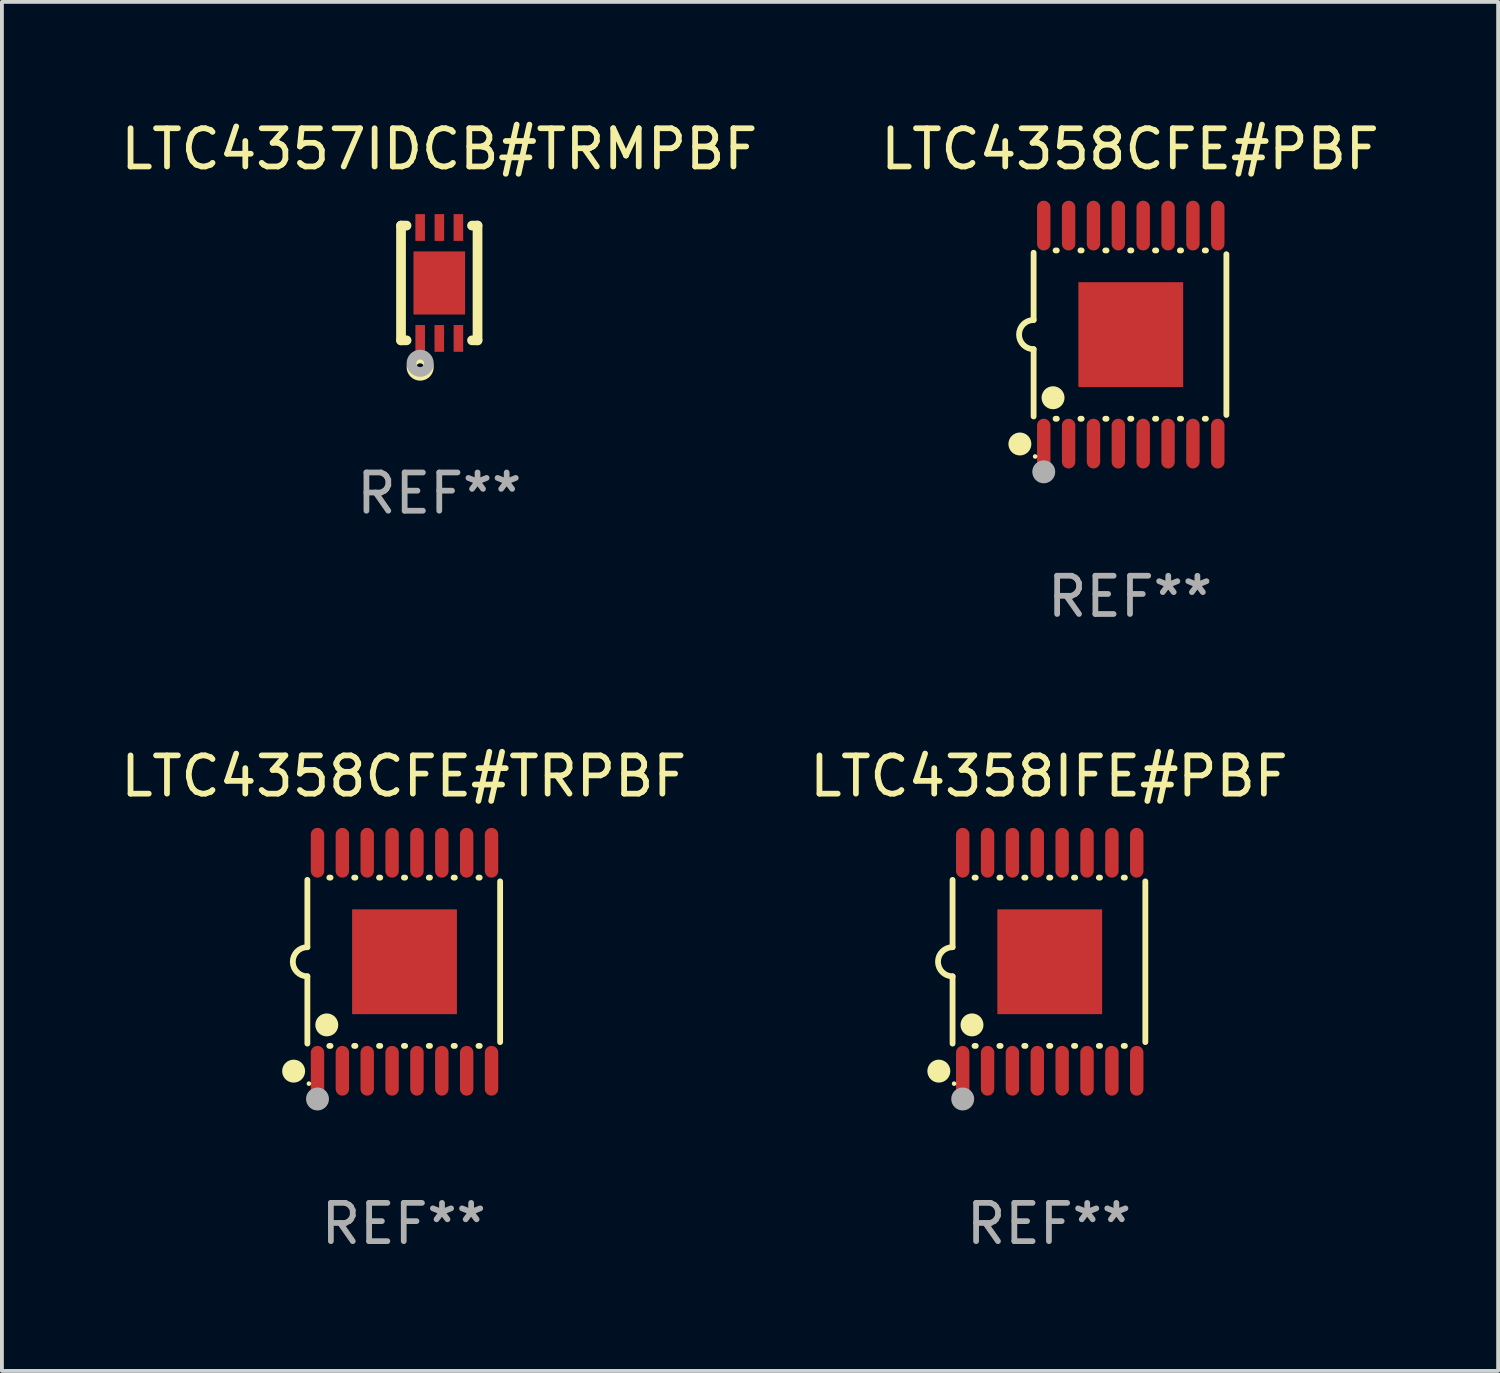
<source format=kicad_pcb>
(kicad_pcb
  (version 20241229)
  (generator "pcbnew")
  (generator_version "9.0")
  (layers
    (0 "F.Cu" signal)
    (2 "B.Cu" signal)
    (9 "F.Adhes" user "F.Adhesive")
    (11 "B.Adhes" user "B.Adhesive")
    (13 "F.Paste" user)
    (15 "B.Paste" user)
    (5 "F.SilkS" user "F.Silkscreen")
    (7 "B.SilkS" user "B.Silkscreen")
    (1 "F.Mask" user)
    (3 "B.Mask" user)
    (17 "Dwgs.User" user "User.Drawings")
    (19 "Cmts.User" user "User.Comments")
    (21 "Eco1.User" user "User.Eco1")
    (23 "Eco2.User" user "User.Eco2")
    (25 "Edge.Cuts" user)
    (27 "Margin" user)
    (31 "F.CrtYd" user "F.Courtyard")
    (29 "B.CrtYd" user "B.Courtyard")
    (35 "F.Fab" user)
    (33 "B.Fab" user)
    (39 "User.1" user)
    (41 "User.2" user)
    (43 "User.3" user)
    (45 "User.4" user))
  (footprint "LTC4358CFE#TRPBF"
    (layer "F.Cu")
    (at 7.506 22.095)
    (property "Reference" "LTC4358CFE#TRPBF" (at 0 -4.85 0) (layer "F.SilkS") (effects (font (size 1 1) (thickness 0.15))))
    (attr through_hole)
    (fp_line (start -2.52 -2.14) (end -2.52 -0.381) (stroke (width 0.152) (type solid)) (layer "F.SilkS"))
    (fp_line (start -2.52 2.14) (end -2.52 0.381) (stroke (width 0.152) (type solid)) (layer "F.SilkS"))
    (fp_line (start -1.946 -2.2) (end -1.914 -2.2) (stroke (width 0.152) (type solid)) (layer "F.SilkS"))
    (fp_line (start -1.946 2.2) (end -1.914 2.2) (stroke (width 0.152) (type solid)) (layer "F.SilkS"))
    (fp_line (start -1.296 -2.2) (end -1.264 -2.2) (stroke (width 0.152) (type solid)) (layer "F.SilkS"))
    (fp_line (start -1.296 2.2) (end -1.264 2.2) (stroke (width 0.152) (type solid)) (layer "F.SilkS"))
    (fp_line (start -0.646 -2.2) (end -0.614 -2.2) (stroke (width 0.152) (type solid)) (layer "F.SilkS"))
    (fp_line (start -0.646 2.2) (end -0.614 2.2) (stroke (width 0.152) (type solid)) (layer "F.SilkS"))
    (fp_line (start 0.004 -2.2) (end 0.036 -2.2) (stroke (width 0.152) (type solid)) (layer "F.SilkS"))
    (fp_line (start 0.004 2.2) (end 0.036 2.2) (stroke (width 0.152) (type solid)) (layer "F.SilkS"))
    (fp_line (start 0.654 -2.2) (end 0.686 -2.2) (stroke (width 0.152) (type solid)) (layer "F.SilkS"))
    (fp_line (start 0.654 2.2) (end 0.686 2.2) (stroke (width 0.152) (type solid)) (layer "F.SilkS"))
    (fp_line (start 1.304 -2.2) (end 1.336 -2.2) (stroke (width 0.152) (type solid)) (layer "F.SilkS"))
    (fp_line (start 1.304 2.2) (end 1.336 2.2) (stroke (width 0.152) (type solid)) (layer "F.SilkS"))
    (fp_line (start 1.954 -2.2) (end 1.986 -2.2) (stroke (width 0.152) (type solid)) (layer "F.SilkS"))
    (fp_line (start 1.954 2.2) (end 1.986 2.2) (stroke (width 0.152) (type solid)) (layer "F.SilkS"))
    (fp_line (start 2.52 -2.101) (end 2.52 2.101) (stroke (width 0.152) (type solid)) (layer "F.SilkS"))
    (fp_arc (start -2.520003 0.381001) (mid -2.901004 0) (end -2.520003 -0.381001) (stroke (width 0.151994) (type solid)) (layer "F.SilkS"))
    (fp_circle (center -2.879 2.86) (end -2.729 2.86) (stroke (width 0.3) (type solid)) (fill no) (layer "F.SilkS"))
    (fp_circle (center -2.48 3.187) (end -2.45 3.187) (stroke (width 0.06) (type solid)) (fill no) (layer "F.SilkS"))
    (fp_circle (center -2.012 1.651) (end -1.862 1.651) (stroke (width 0.3) (type solid)) (fill no) (layer "F.SilkS"))
    (fp_circle (center -2.255 3.588) (end -2.105 3.588) (stroke (width 0.3) (type solid)) (fill no) (layer "F.Fab"))
    (fp_text user "REF**" (at 0 6.85 0) (layer "F.Fab") (effects (font (size 1 1) (thickness 0.15))))
    (pad "1" smd oval (at -2.255 2.85) (size 0.35 1.3) (layers "F.Cu" "F.Mask" "F.Paste"))
    (pad "2" smd oval (at -1.605 2.85) (size 0.35 1.3) (layers "F.Cu" "F.Mask" "F.Paste"))
    (pad "3" smd oval (at -0.955 2.85) (size 0.35 1.3) (layers "F.Cu" "F.Mask" "F.Paste"))
    (pad "4" smd oval (at -0.305 2.85) (size 0.35 1.3) (layers "F.Cu" "F.Mask" "F.Paste"))
    (pad "5" smd oval (at 0.345 2.85) (size 0.35 1.3) (layers "F.Cu" "F.Mask" "F.Paste"))
    (pad "6" smd oval (at 0.995 2.85) (size 0.35 1.3) (layers "F.Cu" "F.Mask" "F.Paste"))
    (pad "7" smd oval (at 1.645 2.85) (size 0.35 1.3) (layers "F.Cu" "F.Mask" "F.Paste"))
    (pad "8" smd oval (at 2.295 2.85) (size 0.35 1.3) (layers "F.Cu" "F.Mask" "F.Paste"))
    (pad "9" smd oval (at 2.295 -2.85) (size 0.35 1.3) (layers "F.Cu" "F.Mask" "F.Paste"))
    (pad "10" smd oval (at 1.645 -2.85) (size 0.35 1.3) (layers "F.Cu" "F.Mask" "F.Paste"))
    (pad "11" smd oval (at 0.995 -2.85) (size 0.35 1.3) (layers "F.Cu" "F.Mask" "F.Paste"))
    (pad "12" smd oval (at 0.345 -2.85) (size 0.35 1.3) (layers "F.Cu" "F.Mask" "F.Paste"))
    (pad "13" smd oval (at -0.305 -2.85) (size 0.35 1.3) (layers "F.Cu" "F.Mask" "F.Paste"))
    (pad "14" smd oval (at -0.955 -2.85) (size 0.35 1.3) (layers "F.Cu" "F.Mask" "F.Paste"))
    (pad "15" smd oval (at -1.605 -2.85) (size 0.35 1.3) (layers "F.Cu" "F.Mask" "F.Paste"))
    (pad "16" smd oval (at -2.255 -2.85) (size 0.35 1.3) (layers "F.Cu" "F.Mask" "F.Paste"))
    (pad "17" smd rect (at 0.02 0) (size 2.74 2.74) (layers "F.Cu" "F.Mask" "F.Paste")))
  (footprint "LTC4358CFE#PBF"
    (layer "F.Cu")
    (at 26.494 5.698)
    (property "Reference" "LTC4358CFE#PBF" (at 0 -4.85 0) (layer "F.SilkS") (effects (font (size 1 1) (thickness 0.15))))
    (attr through_hole)
    (fp_line (start -2.52 -2.14) (end -2.52 -0.381) (stroke (width 0.152) (type solid)) (layer "F.SilkS"))
    (fp_line (start -2.52 2.14) (end -2.52 0.381) (stroke (width 0.152) (type solid)) (layer "F.SilkS"))
    (fp_line (start -1.946 -2.2) (end -1.914 -2.2) (stroke (width 0.152) (type solid)) (layer "F.SilkS"))
    (fp_line (start -1.946 2.2) (end -1.914 2.2) (stroke (width 0.152) (type solid)) (layer "F.SilkS"))
    (fp_line (start -1.296 -2.2) (end -1.264 -2.2) (stroke (width 0.152) (type solid)) (layer "F.SilkS"))
    (fp_line (start -1.296 2.2) (end -1.264 2.2) (stroke (width 0.152) (type solid)) (layer "F.SilkS"))
    (fp_line (start -0.646 -2.2) (end -0.614 -2.2) (stroke (width 0.152) (type solid)) (layer "F.SilkS"))
    (fp_line (start -0.646 2.2) (end -0.614 2.2) (stroke (width 0.152) (type solid)) (layer "F.SilkS"))
    (fp_line (start 0.004 -2.2) (end 0.036 -2.2) (stroke (width 0.152) (type solid)) (layer "F.SilkS"))
    (fp_line (start 0.004 2.2) (end 0.036 2.2) (stroke (width 0.152) (type solid)) (layer "F.SilkS"))
    (fp_line (start 0.654 -2.2) (end 0.686 -2.2) (stroke (width 0.152) (type solid)) (layer "F.SilkS"))
    (fp_line (start 0.654 2.2) (end 0.686 2.2) (stroke (width 0.152) (type solid)) (layer "F.SilkS"))
    (fp_line (start 1.304 -2.2) (end 1.336 -2.2) (stroke (width 0.152) (type solid)) (layer "F.SilkS"))
    (fp_line (start 1.304 2.2) (end 1.336 2.2) (stroke (width 0.152) (type solid)) (layer "F.SilkS"))
    (fp_line (start 1.954 -2.2) (end 1.986 -2.2) (stroke (width 0.152) (type solid)) (layer "F.SilkS"))
    (fp_line (start 1.954 2.2) (end 1.986 2.2) (stroke (width 0.152) (type solid)) (layer "F.SilkS"))
    (fp_line (start 2.52 -2.101) (end 2.52 2.101) (stroke (width 0.152) (type solid)) (layer "F.SilkS"))
    (fp_arc (start -2.520003 0.381001) (mid -2.901004 0) (end -2.520003 -0.381001) (stroke (width 0.151994) (type solid)) (layer "F.SilkS"))
    (fp_circle (center -2.879 2.86) (end -2.729 2.86) (stroke (width 0.3) (type solid)) (fill no) (layer "F.SilkS"))
    (fp_circle (center -2.48 3.187) (end -2.45 3.187) (stroke (width 0.06) (type solid)) (fill no) (layer "F.SilkS"))
    (fp_circle (center -2.012 1.651) (end -1.862 1.651) (stroke (width 0.3) (type solid)) (fill no) (layer "F.SilkS"))
    (fp_circle (center -2.255 3.588) (end -2.105 3.588) (stroke (width 0.3) (type solid)) (fill no) (layer "F.Fab"))
    (fp_text user "REF**" (at 0 6.85 0) (layer "F.Fab") (effects (font (size 1 1) (thickness 0.15))))
    (pad "1" smd oval (at -2.255 2.85) (size 0.35 1.3) (layers "F.Cu" "F.Mask" "F.Paste"))
    (pad "2" smd oval (at -1.605 2.85) (size 0.35 1.3) (layers "F.Cu" "F.Mask" "F.Paste"))
    (pad "3" smd oval (at -0.955 2.85) (size 0.35 1.3) (layers "F.Cu" "F.Mask" "F.Paste"))
    (pad "4" smd oval (at -0.305 2.85) (size 0.35 1.3) (layers "F.Cu" "F.Mask" "F.Paste"))
    (pad "5" smd oval (at 0.345 2.85) (size 0.35 1.3) (layers "F.Cu" "F.Mask" "F.Paste"))
    (pad "6" smd oval (at 0.995 2.85) (size 0.35 1.3) (layers "F.Cu" "F.Mask" "F.Paste"))
    (pad "7" smd oval (at 1.645 2.85) (size 0.35 1.3) (layers "F.Cu" "F.Mask" "F.Paste"))
    (pad "8" smd oval (at 2.295 2.85) (size 0.35 1.3) (layers "F.Cu" "F.Mask" "F.Paste"))
    (pad "9" smd oval (at 2.295 -2.85) (size 0.35 1.3) (layers "F.Cu" "F.Mask" "F.Paste"))
    (pad "10" smd oval (at 1.645 -2.85) (size 0.35 1.3) (layers "F.Cu" "F.Mask" "F.Paste"))
    (pad "11" smd oval (at 0.995 -2.85) (size 0.35 1.3) (layers "F.Cu" "F.Mask" "F.Paste"))
    (pad "12" smd oval (at 0.345 -2.85) (size 0.35 1.3) (layers "F.Cu" "F.Mask" "F.Paste"))
    (pad "13" smd oval (at -0.305 -2.85) (size 0.35 1.3) (layers "F.Cu" "F.Mask" "F.Paste"))
    (pad "14" smd oval (at -0.955 -2.85) (size 0.35 1.3) (layers "F.Cu" "F.Mask" "F.Paste"))
    (pad "15" smd oval (at -1.605 -2.85) (size 0.35 1.3) (layers "F.Cu" "F.Mask" "F.Paste"))
    (pad "16" smd oval (at -2.255 -2.85) (size 0.35 1.3) (layers "F.Cu" "F.Mask" "F.Paste"))
    (pad "17" smd rect (at 0.02 0) (size 2.74 2.74) (layers "F.Cu" "F.Mask" "F.Paste")))
  (footprint "LTC4357IDCB#TRMPBF"
    (layer "F.Cu")
    (at 8.435 4.348)
    (property "Reference" "LTC4357IDCB#TRMPBF" (at 0 -3.5 0) (layer "F.SilkS") (effects (font (size 1 1) (thickness 0.15))))
    (attr through_hole)
    (fp_line (start -1 1.5) (end -1 -1.5) (stroke (width 0.254) (type solid)) (layer "F.SilkS"))
    (fp_line (start -0.856 -1.5) (end -1 -1.5) (stroke (width 0.254) (type solid)) (layer "F.SilkS"))
    (fp_line (start -0.855 1.5) (end -1 1.5) (stroke (width 0.254) (type solid)) (layer "F.SilkS"))
    (fp_line (start 1 -1.5) (end 0.856 -1.5) (stroke (width 0.254) (type solid)) (layer "F.SilkS"))
    (fp_line (start 1 1.5) (end 0.856 1.5) (stroke (width 0.254) (type solid)) (layer "F.SilkS"))
    (fp_line (start 1 1.5) (end 1 -1.5) (stroke (width 0.254) (type solid)) (layer "F.SilkS"))
    (fp_circle (center -1 1.5) (end -0.97 1.5) (stroke (width 0.06) (type solid)) (fill no) (layer "F.SilkS"))
    (fp_circle (center -0.5 2.2) (end -0.4 2.2) (stroke (width 0.254) (type solid)) (fill no) (layer "F.SilkS"))
    (fp_circle (center -0.5 2.1) (end -0.4 2.1) (stroke (width 0.254) (type solid)) (fill no) (layer "F.Fab"))
    (fp_text user "REF**" (at 0 5.5 0) (layer "F.Fab") (effects (font (size 1 1) (thickness 0.15))))
    (pad "1" smd rect (at -0.499 1.45 180) (size 0.25 0.7) (layers "F.Cu" "F.Mask" "F.Paste"))
    (pad "2" smd rect (at 0.000025 1.45 180) (size 0.25 0.7) (layers "F.Cu" "F.Mask" "F.Paste"))
    (pad "3" smd rect (at 0.5 1.45 180) (size 0.25 0.7) (layers "F.Cu" "F.Mask" "F.Paste"))
    (pad "4" smd rect (at 0.5 -1.45 180) (size 0.25 0.7) (layers "F.Cu" "F.Mask" "F.Paste"))
    (pad "5" smd rect (at 0.002 -1.45 180) (size 0.25 0.7) (layers "F.Cu" "F.Mask" "F.Paste"))
    (pad "6" smd rect (at -0.5 -1.45 180) (size 0.25 0.7) (layers "F.Cu" "F.Mask" "F.Paste"))
    (pad "7" smd rect (at 0.000025 0.000038 180) (size 1.35 1.65) (layers "F.Cu" "F.Mask" "F.Paste")))
  (footprint "LTC4358IFE#PBF"
    (layer "F.Cu")
    (at 24.375 22.095)
    (property "Reference" "LTC4358IFE#PBF" (at 0 -4.85 0) (layer "F.SilkS") (effects (font (size 1 1) (thickness 0.15))))
    (attr through_hole)
    (fp_line (start -2.52 -2.14) (end -2.52 -0.381) (stroke (width 0.152) (type solid)) (layer "F.SilkS"))
    (fp_line (start -2.52 2.14) (end -2.52 0.381) (stroke (width 0.152) (type solid)) (layer "F.SilkS"))
    (fp_line (start -1.946 -2.2) (end -1.914 -2.2) (stroke (width 0.152) (type solid)) (layer "F.SilkS"))
    (fp_line (start -1.946 2.2) (end -1.914 2.2) (stroke (width 0.152) (type solid)) (layer "F.SilkS"))
    (fp_line (start -1.296 -2.2) (end -1.264 -2.2) (stroke (width 0.152) (type solid)) (layer "F.SilkS"))
    (fp_line (start -1.296 2.2) (end -1.264 2.2) (stroke (width 0.152) (type solid)) (layer "F.SilkS"))
    (fp_line (start -0.646 -2.2) (end -0.614 -2.2) (stroke (width 0.152) (type solid)) (layer "F.SilkS"))
    (fp_line (start -0.646 2.2) (end -0.614 2.2) (stroke (width 0.152) (type solid)) (layer "F.SilkS"))
    (fp_line (start 0.004 -2.2) (end 0.036 -2.2) (stroke (width 0.152) (type solid)) (layer "F.SilkS"))
    (fp_line (start 0.004 2.2) (end 0.036 2.2) (stroke (width 0.152) (type solid)) (layer "F.SilkS"))
    (fp_line (start 0.654 -2.2) (end 0.686 -2.2) (stroke (width 0.152) (type solid)) (layer "F.SilkS"))
    (fp_line (start 0.654 2.2) (end 0.686 2.2) (stroke (width 0.152) (type solid)) (layer "F.SilkS"))
    (fp_line (start 1.304 -2.2) (end 1.336 -2.2) (stroke (width 0.152) (type solid)) (layer "F.SilkS"))
    (fp_line (start 1.304 2.2) (end 1.336 2.2) (stroke (width 0.152) (type solid)) (layer "F.SilkS"))
    (fp_line (start 1.954 -2.2) (end 1.986 -2.2) (stroke (width 0.152) (type solid)) (layer "F.SilkS"))
    (fp_line (start 1.954 2.2) (end 1.986 2.2) (stroke (width 0.152) (type solid)) (layer "F.SilkS"))
    (fp_line (start 2.52 -2.101) (end 2.52 2.101) (stroke (width 0.152) (type solid)) (layer "F.SilkS"))
    (fp_arc (start -2.520003 0.381001) (mid -2.901004 0) (end -2.520003 -0.381001) (stroke (width 0.151994) (type solid)) (layer "F.SilkS"))
    (fp_circle (center -2.879 2.86) (end -2.729 2.86) (stroke (width 0.3) (type solid)) (fill no) (layer "F.SilkS"))
    (fp_circle (center -2.48 3.187) (end -2.45 3.187) (stroke (width 0.06) (type solid)) (fill no) (layer "F.SilkS"))
    (fp_circle (center -2.012 1.651) (end -1.862 1.651) (stroke (width 0.3) (type solid)) (fill no) (layer "F.SilkS"))
    (fp_circle (center -2.255 3.588) (end -2.105 3.588) (stroke (width 0.3) (type solid)) (fill no) (layer "F.Fab"))
    (fp_text user "REF**" (at 0 6.85 0) (layer "F.Fab") (effects (font (size 1 1) (thickness 0.15))))
    (pad "1" smd oval (at -2.255 2.85) (size 0.35 1.3) (layers "F.Cu" "F.Mask" "F.Paste"))
    (pad "2" smd oval (at -1.605 2.85) (size 0.35 1.3) (layers "F.Cu" "F.Mask" "F.Paste"))
    (pad "3" smd oval (at -0.955 2.85) (size 0.35 1.3) (layers "F.Cu" "F.Mask" "F.Paste"))
    (pad "4" smd oval (at -0.305 2.85) (size 0.35 1.3) (layers "F.Cu" "F.Mask" "F.Paste"))
    (pad "5" smd oval (at 0.345 2.85) (size 0.35 1.3) (layers "F.Cu" "F.Mask" "F.Paste"))
    (pad "6" smd oval (at 0.995 2.85) (size 0.35 1.3) (layers "F.Cu" "F.Mask" "F.Paste"))
    (pad "7" smd oval (at 1.645 2.85) (size 0.35 1.3) (layers "F.Cu" "F.Mask" "F.Paste"))
    (pad "8" smd oval (at 2.295 2.85) (size 0.35 1.3) (layers "F.Cu" "F.Mask" "F.Paste"))
    (pad "9" smd oval (at 2.295 -2.85) (size 0.35 1.3) (layers "F.Cu" "F.Mask" "F.Paste"))
    (pad "10" smd oval (at 1.645 -2.85) (size 0.35 1.3) (layers "F.Cu" "F.Mask" "F.Paste"))
    (pad "11" smd oval (at 0.995 -2.85) (size 0.35 1.3) (layers "F.Cu" "F.Mask" "F.Paste"))
    (pad "12" smd oval (at 0.345 -2.85) (size 0.35 1.3) (layers "F.Cu" "F.Mask" "F.Paste"))
    (pad "13" smd oval (at -0.305 -2.85) (size 0.35 1.3) (layers "F.Cu" "F.Mask" "F.Paste"))
    (pad "14" smd oval (at -0.955 -2.85) (size 0.35 1.3) (layers "F.Cu" "F.Mask" "F.Paste"))
    (pad "15" smd oval (at -1.605 -2.85) (size 0.35 1.3) (layers "F.Cu" "F.Mask" "F.Paste"))
    (pad "16" smd oval (at -2.255 -2.85) (size 0.35 1.3) (layers "F.Cu" "F.Mask" "F.Paste"))
    (pad "17" smd rect (at 0.02 0) (size 2.74 2.74) (layers "F.Cu" "F.Mask" "F.Paste")))
  (gr_rect
    (start -3 -3)
    (end 36.119 32.793)
    (stroke (width 0.1) (type default))
    (fill no)
    (layer "Edge.Cuts")))
</source>
